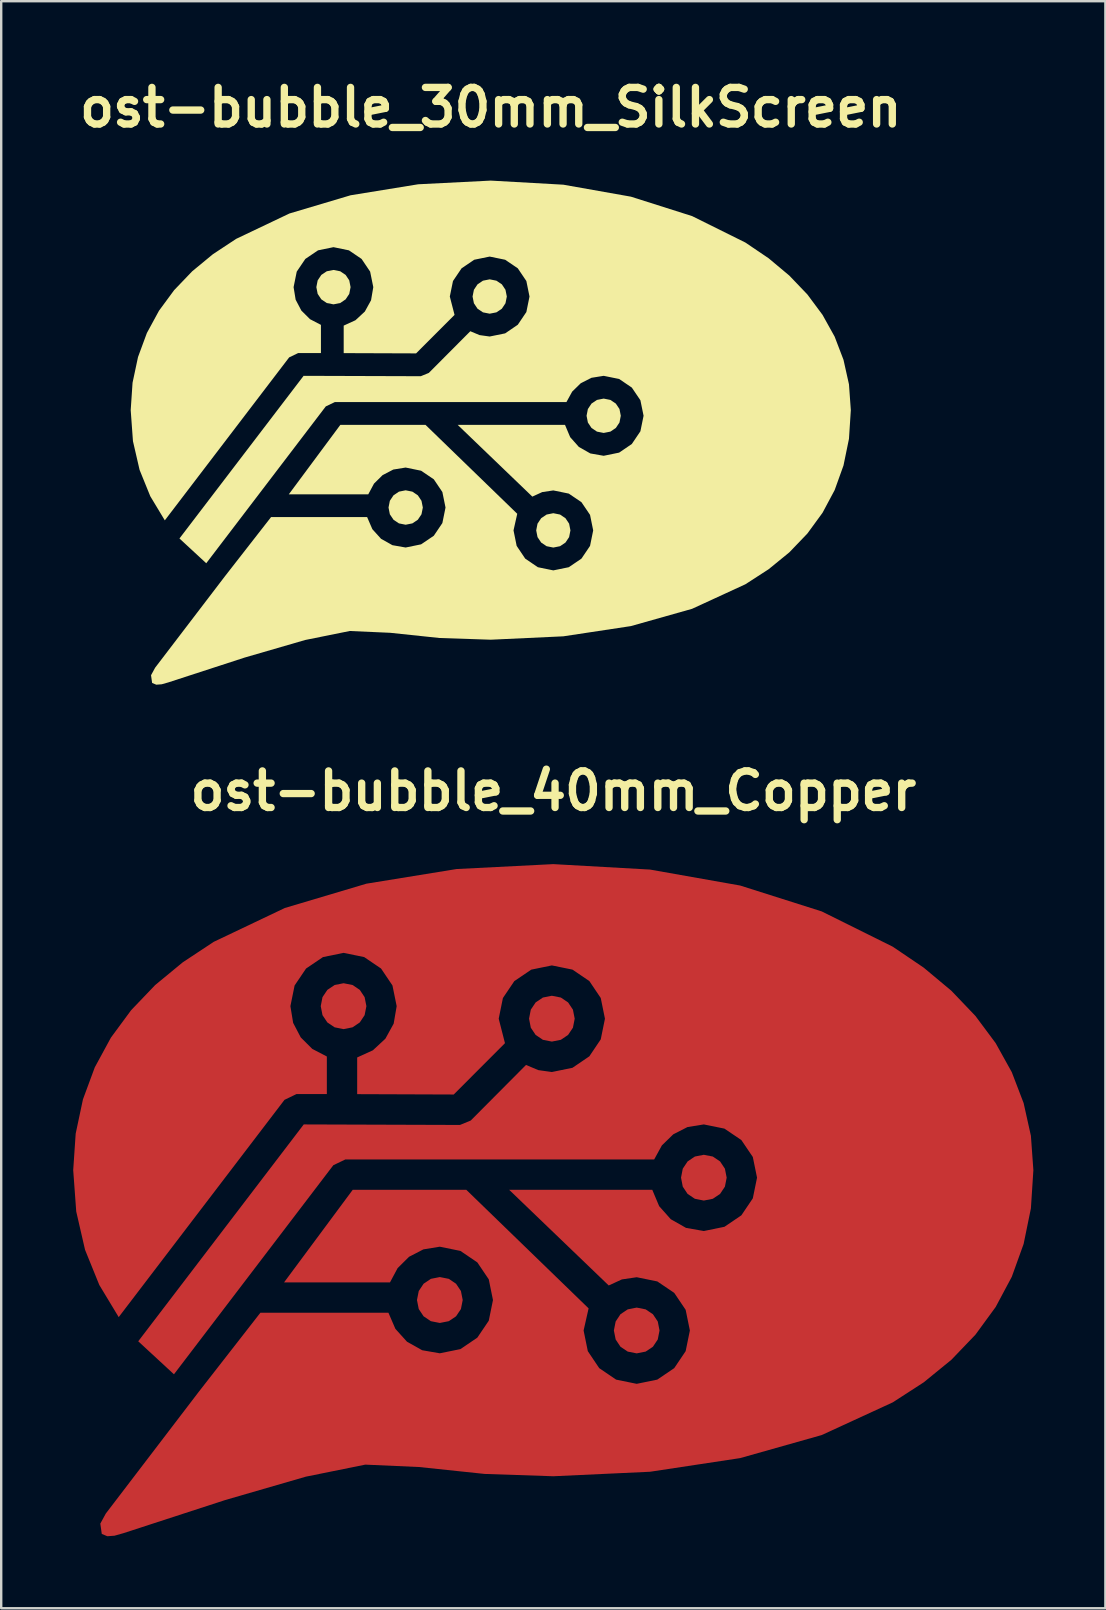
<source format=kicad_pcb>
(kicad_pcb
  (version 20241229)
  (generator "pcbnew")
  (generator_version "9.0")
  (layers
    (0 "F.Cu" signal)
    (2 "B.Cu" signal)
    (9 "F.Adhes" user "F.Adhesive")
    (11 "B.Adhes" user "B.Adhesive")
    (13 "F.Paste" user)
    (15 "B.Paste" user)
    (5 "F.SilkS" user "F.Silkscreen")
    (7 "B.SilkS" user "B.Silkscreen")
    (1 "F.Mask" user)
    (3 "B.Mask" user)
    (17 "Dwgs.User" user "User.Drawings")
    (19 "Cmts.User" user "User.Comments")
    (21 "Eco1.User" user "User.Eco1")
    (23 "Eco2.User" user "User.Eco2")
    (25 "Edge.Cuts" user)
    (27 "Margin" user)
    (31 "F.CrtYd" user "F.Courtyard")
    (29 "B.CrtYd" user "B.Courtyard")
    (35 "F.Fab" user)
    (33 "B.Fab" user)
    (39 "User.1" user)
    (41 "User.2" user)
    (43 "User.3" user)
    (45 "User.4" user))
  (footprint "ost-bubble_40mm_Copper"
    (layer "F.Cu")
    (at 20 46.949)
    (property "Reference" "ost-bubble_40mm_Copper" (at 0 -17.048 0) (layer "F.SilkS") (effects (font (size 1.524 1.524) (thickness 0.305))))
    (attr exclude_from_pos_files exclude_from_bom)
    (fp_poly (pts (xy -8.736 -9.038) (xy -9.11 -8.964) (xy -9.412 -8.761) (xy -9.615 -8.458) (xy -9.688 -8.083) (xy -9.615 -7.708) (xy -9.412 -7.404) (xy -9.11 -7.201) (xy -8.736 -7.126) (xy -8.363 -7.201) (xy -8.062 -7.404) (xy -7.86 -7.708) (xy -7.786 -8.083) (xy -7.86 -8.458) (xy -8.062 -8.761) (xy -8.363 -8.964) (xy -8.736 -9.038)) (stroke (width 0) (type solid)) (fill yes) (layer "F.Cu"))
    (fp_poly (pts (xy -4.728 3.203) (xy -5.101 3.277) (xy -5.403 3.481) (xy -5.605 3.785) (xy -5.679 4.16) (xy -5.605 4.535) (xy -5.403 4.838) (xy -5.101 5.041) (xy -4.728 5.115) (xy -4.354 5.041) (xy -4.051 4.838) (xy -3.848 4.535) (xy -3.774 4.16) (xy -3.848 3.785) (xy -4.051 3.481) (xy -4.354 3.277) (xy -4.728 3.203)) (stroke (width 0) (type solid)) (fill yes) (layer "F.Cu"))
    (fp_poly (pts (xy -0.06 -8.516) (xy -0.433 -8.442) (xy -0.735 -8.239) (xy -0.937 -7.936) (xy -1.01 -7.561) (xy -0.937 -7.186) (xy -0.735 -6.884) (xy -0.433 -6.681) (xy -0.06 -6.607) (xy 0.314 -6.681) (xy 0.616 -6.884) (xy 0.818 -7.186) (xy 0.892 -7.561) (xy 0.818 -7.936) (xy 0.616 -8.239) (xy 0.314 -8.442) (xy -0.06 -8.516) (xy -0.06 -8.516)) (stroke (width 0) (type solid)) (fill yes) (layer "F.Cu"))
    (fp_poly (pts (xy 3.475 4.475) (xy 3.101 4.549) (xy 2.799 4.751) (xy 2.598 5.054) (xy 2.524 5.429) (xy 2.598 5.803) (xy 2.799 6.106) (xy 3.101 6.308) (xy 3.475 6.382) (xy 3.848 6.308) (xy 4.15 6.106) (xy 4.352 5.803) (xy 4.426 5.429) (xy 4.352 5.054) (xy 4.15 4.751) (xy 3.848 4.549) (xy 3.475 4.475) (xy 3.475 4.475)) (stroke (width 0) (type solid)) (fill yes) (layer "F.Cu"))
    (fp_poly (pts (xy 6.271 -1.891) (xy 5.898 -1.818) (xy 5.596 -1.615) (xy 5.394 -1.312) (xy 5.321 -0.938) (xy 5.394 -0.563) (xy 5.596 -0.26) (xy 5.898 -0.058) (xy 6.271 0.016) (xy 6.645 -0.058) (xy 6.947 -0.26) (xy 7.149 -0.563) (xy 7.223 -0.938) (xy 7.149 -1.312) (xy 6.947 -1.615) (xy 6.645 -1.818) (xy 6.271 -1.891) (xy 6.271 -1.891)) (stroke (width 0) (type solid)) (fill yes) (layer "F.Cu"))
    (fp_poly (pts (xy -0.00032 -14) (xy -4.031 -13.795) (xy -7.785 -13.185) (xy -11.183 -12.173) (xy -14.143 -10.764) (xy -15.433 -9.912) (xy -16.585 -8.963) (xy -17.586 -7.916) (xy -18.428 -6.774) (xy -19.101 -5.535) (xy -19.594 -4.201) (xy -19.897 -2.773) (xy -20 -1.25) (xy -19.874 0.474) (xy -19.507 2.068) (xy -18.913 3.533) (xy -18.105 4.872) (xy -11.198 -4.18) (xy -10.699 -4.421) (xy -9.434 -4.421) (xy -9.434 -5.986) (xy -10.041 -6.302) (xy -10.521 -6.781) (xy -10.838 -7.387) (xy -10.952 -8.083) (xy -10.777 -8.944) (xy -10.3 -9.65) (xy -9.595 -10.127) (xy -8.736 -10.303) (xy -7.878 -10.127) (xy -7.175 -9.65) (xy -6.7 -8.944) (xy -6.525 -8.083) (xy -6.65 -7.354) (xy -6.995 -6.727) (xy -7.516 -6.244) (xy -8.17 -5.946) (xy -8.17 -4.417) (xy -4.148 -4.402) (xy -2.013 -6.541) (xy -2.274 -7.561) (xy -2.099 -8.422) (xy -1.623 -9.127) (xy -0.918 -9.604) (xy -0.06 -9.78) (xy 0.799 -9.605) (xy 1.502 -9.128) (xy 1.977 -8.422) (xy 2.152 -7.561) (xy 1.977 -6.7) (xy 1.502 -5.993) (xy 0.799 -5.515) (xy -0.06 -5.339) (xy -0.624 -5.418) (xy -1.136 -5.634) (xy -3.44 -3.318) (xy -3.887 -3.134) (xy -10.396 -3.156) (xy -17.291 5.879) (xy -15.803 7.254) (xy -9.163 -1.457) (xy -8.663 -1.697) (xy 4.203 -1.697) (xy 4.524 -2.282) (xy 4.999 -2.744) (xy 5.592 -3.047) (xy 6.271 -3.156) (xy 7.13 -2.981) (xy 7.835 -2.504) (xy 8.312 -1.799) (xy 8.488 -0.938) (xy 8.312 -0.076) (xy 7.835 0.631) (xy 7.13 1.109) (xy 6.271 1.285) (xy 5.529 1.154) (xy 4.894 0.793) (xy 4.41 0.249) (xy 4.124 -0.432) (xy -1.838 -0.432) (xy 2.309 3.553) (xy 2.858 3.301) (xy 3.475 3.21) (xy 4.333 3.385) (xy 5.038 3.862) (xy 5.514 4.568) (xy 5.69 5.429) (xy 5.514 6.29) (xy 5.038 6.997) (xy 4.333 7.475) (xy 3.475 7.651) (xy 2.616 7.475) (xy 1.913 6.997) (xy 1.438 6.29) (xy 1.263 5.429) (xy 1.471 4.507) (xy -3.624 -0.432) (xy -8.356 -0.432) (xy -11.217 3.426) (xy -6.804 3.426) (xy -6.485 2.83) (xy -6.01 2.359) (xy -5.413 2.05) (xy -4.728 1.938) (xy -3.869 2.114) (xy -3.165 2.592) (xy -2.688 3.299) (xy -2.513 4.16) (xy -2.688 5.021) (xy -3.165 5.727) (xy -3.869 6.204) (xy -4.728 6.379) (xy -5.464 6.251) (xy -6.095 5.896) (xy -6.578 5.361) (xy -6.868 4.69) (xy -12.203 4.69) (xy -14.772 7.986) (xy -18.643 13.056) (xy -18.871 13.475) (xy -18.81 13.903) (xy -18.58 14) (xy -18.279 13.978) (xy -17.906 13.872) (xy -13.67 12.493) (xy -10.307 11.518) (xy -7.831 11.017) (xy -5.588 11.117) (xy -2.856 11.405) (xy -0.00022 11.501) (xy 4.03 11.314) (xy 7.785 10.745) (xy 11.182 9.785) (xy 14.142 8.423) (xy 15.433 7.588) (xy 16.584 6.649) (xy 17.586 5.604) (xy 18.428 4.452) (xy 19.101 3.192) (xy 19.594 1.823) (xy 19.897 0.342) (xy 20 -1.25) (xy 19.897 -2.683) (xy 19.594 -4.045) (xy 19.101 -5.333) (xy 18.428 -6.544) (xy 17.586 -7.675) (xy 16.584 -8.724) (xy 15.433 -9.686) (xy 14.142 -10.56) (xy 11.182 -12.03) (xy 7.785 -13.108) (xy 4.03 -13.773) (xy -0.00022 -14) (xy -0.00032 -14)) (stroke (width 0) (type solid)) (fill yes) (layer "F.Cu")))
  (footprint "ost-bubble_30mm_SilkScreen"
    (layer "F.Cu")
    (at 17.395 14.974)
    (property "Reference" "ost-bubble_30mm_SilkScreen" (at 0 -13.548 0) (layer "F.SilkS") (effects (font (size 1.524 1.524) (thickness 0.305))))
    (attr exclude_from_pos_files exclude_from_bom)
    (fp_poly (pts (xy -6.552 -6.778) (xy -6.832 -6.723) (xy -7.059 -6.571) (xy -7.211 -6.343) (xy -7.266 -6.062) (xy -7.211 -5.781) (xy -7.059 -5.553) (xy -6.832 -5.4) (xy -6.552 -5.345) (xy -6.272 -5.4) (xy -6.046 -5.553) (xy -5.895 -5.781) (xy -5.84 -6.062) (xy -5.895 -6.343) (xy -6.046 -6.571) (xy -6.272 -6.723) (xy -6.552 -6.778)) (stroke (width 0) (type solid)) (fill yes) (layer "F.SilkS"))
    (fp_poly (pts (xy -0.045 -6.387) (xy -0.325 -6.331) (xy -0.551 -6.179) (xy -0.702 -5.952) (xy -0.758 -5.671) (xy -0.702 -5.39) (xy -0.551 -5.163) (xy -0.325 -5.011) (xy -0.045 -4.956) (xy 0.235 -5.011) (xy 0.462 -5.163) (xy 0.613 -5.39) (xy 0.669 -5.671) (xy 0.613 -5.952) (xy 0.462 -6.179) (xy 0.235 -6.331) (xy -0.045 -6.387)) (stroke (width 0) (type solid)) (fill yes) (layer "F.SilkS"))
    (fp_poly (pts (xy 4.704 -1.419) (xy 4.424 -1.363) (xy 4.197 -1.211) (xy 4.046 -0.984) (xy 3.991 -0.703) (xy 4.046 -0.422) (xy 4.197 -0.195) (xy 4.424 -0.043) (xy 4.704 0.012) (xy 4.984 -0.043) (xy 5.21 -0.195) (xy 5.362 -0.422) (xy 5.417 -0.703) (xy 5.362 -0.984) (xy 5.21 -1.211) (xy 4.984 -1.363) (xy 4.704 -1.419)) (stroke (width 0) (type solid)) (fill yes) (layer "F.SilkS"))
    (fp_poly (pts (xy -3.546 2.402) (xy -3.826 2.458) (xy -4.052 2.611) (xy -4.204 2.839) (xy -4.259 3.12) (xy -4.204 3.401) (xy -4.052 3.628) (xy -3.826 3.78) (xy -3.546 3.836) (xy -3.265 3.78) (xy -3.038 3.628) (xy -2.886 3.401) (xy -2.83 3.12) (xy -2.886 2.839) (xy -3.038 2.611) (xy -3.265 2.458) (xy -3.546 2.402) (xy -3.546 2.402)) (stroke (width 0) (type solid)) (fill yes) (layer "F.SilkS"))
    (fp_poly (pts (xy 2.606 3.356) (xy 2.326 3.412) (xy 2.1 3.564) (xy 1.948 3.791) (xy 1.893 4.072) (xy 1.948 4.352) (xy 2.1 4.579) (xy 2.326 4.731) (xy 2.606 4.787) (xy 2.886 4.731) (xy 3.112 4.579) (xy 3.264 4.352) (xy 3.319 4.072) (xy 3.264 3.791) (xy 3.112 3.564) (xy 2.886 3.412) (xy 2.606 3.356) (xy 2.606 3.356)) (stroke (width 0) (type solid)) (fill yes) (layer "F.SilkS"))
    (fp_poly (pts (xy -0.00024 -10.5) (xy -3.023 -10.347) (xy -5.839 -9.889) (xy -8.387 -9.13) (xy -10.607 -8.073) (xy -11.575 -7.434) (xy -12.438 -6.722) (xy -13.19 -5.937) (xy -13.821 -5.08) (xy -14.326 -4.151) (xy -14.695 -3.151) (xy -14.923 -2.079) (xy -15 -0.937) (xy -14.906 0.355) (xy -14.63 1.551) (xy -14.184 2.65) (xy -13.579 3.654) (xy -8.399 -3.135) (xy -8.025 -3.315) (xy -7.075 -3.315) (xy -7.075 -4.49) (xy -7.53 -4.727) (xy -7.891 -5.086) (xy -8.129 -5.54) (xy -8.214 -6.062) (xy -8.083 -6.708) (xy -7.725 -7.237) (xy -7.196 -7.595) (xy -6.552 -7.727) (xy -5.909 -7.595) (xy -5.382 -7.237) (xy -5.025 -6.708) (xy -4.894 -6.062) (xy -4.987 -5.516) (xy -5.246 -5.045) (xy -5.637 -4.683) (xy -6.127 -4.459) (xy -6.127 -3.313) (xy -3.111 -3.302) (xy -1.509 -4.906) (xy -1.706 -5.671) (xy -1.574 -6.316) (xy -1.217 -6.845) (xy -0.689 -7.203) (xy -0.045 -7.335) (xy 0.599 -7.203) (xy 1.126 -6.846) (xy 1.483 -6.316) (xy 1.614 -5.671) (xy 1.483 -5.025) (xy 1.126 -4.495) (xy 0.599 -4.136) (xy -0.045 -4.005) (xy -0.468 -4.064) (xy -0.852 -4.225) (xy -2.58 -2.489) (xy -2.915 -2.351) (xy -7.797 -2.367) (xy -12.969 4.409) (xy -11.853 5.441) (xy -6.873 -1.093) (xy -6.497 -1.273) (xy 3.152 -1.273) (xy 3.393 -1.711) (xy 3.749 -2.058) (xy 4.194 -2.285) (xy 4.704 -2.367) (xy 5.348 -2.236) (xy 5.876 -1.878) (xy 6.234 -1.349) (xy 6.366 -0.703) (xy 6.234 -0.057) (xy 5.876 0.473) (xy 5.348 0.832) (xy 4.704 0.964) (xy 4.147 0.866) (xy 3.67 0.595) (xy 3.308 0.187) (xy 3.093 -0.324) (xy -1.378 -0.324) (xy 1.732 2.665) (xy 2.144 2.476) (xy 2.606 2.407) (xy 3.25 2.539) (xy 3.778 2.897) (xy 4.136 3.426) (xy 4.267 4.072) (xy 4.136 4.718) (xy 3.778 5.248) (xy 3.25 5.606) (xy 2.606 5.738) (xy 1.962 5.606) (xy 1.435 5.248) (xy 1.079 4.718) (xy 0.948 4.072) (xy 1.103 3.38) (xy -2.718 -0.324) (xy -6.267 -0.324) (xy -8.413 2.569) (xy -5.103 2.569) (xy -4.864 2.123) (xy -4.507 1.77) (xy -4.06 1.537) (xy -3.546 1.454) (xy -2.902 1.586) (xy -2.373 1.944) (xy -2.016 2.474) (xy -1.885 3.12) (xy -2.016 3.766) (xy -2.373 4.295) (xy -2.902 4.653) (xy -3.546 4.785) (xy -4.098 4.688) (xy -4.571 4.422) (xy -4.933 4.021) (xy -5.151 3.517) (xy -9.152 3.517) (xy -11.079 5.989) (xy -13.982 9.792) (xy -14.153 10.106) (xy -14.108 10.427) (xy -13.935 10.5) (xy -13.709 10.483) (xy -13.43 10.404) (xy -10.253 9.37) (xy -7.731 8.638) (xy -5.873 8.263) (xy -4.191 8.338) (xy -2.142 8.554) (xy -0.000165 8.626) (xy 3.023 8.485) (xy 5.838 8.059) (xy 8.387 7.339) (xy 10.607 6.317) (xy 11.575 5.691) (xy 12.438 4.987) (xy 13.19 4.203) (xy 13.821 3.339) (xy 14.326 2.394) (xy 14.695 1.367) (xy 14.923 0.257) (xy 15 -0.938) (xy 14.923 -2.012) (xy 14.695 -3.034) (xy 14.326 -4) (xy 13.821 -4.908) (xy 13.19 -5.757) (xy 12.438 -6.543) (xy 11.575 -7.265) (xy 10.607 -7.92) (xy 8.387 -9.022) (xy 5.838 -9.831) (xy 3.023 -10.33) (xy -0.000165 -10.5) (xy -0.00024 -10.5)) (stroke (width 0) (type solid)) (fill yes) (layer "F.SilkS")))
  (gr_rect
    (start -3 -3)
    (end 43 63.949)
    (stroke (width 0.1) (type default))
    (fill no)
    (layer "Edge.Cuts")))
</source>
